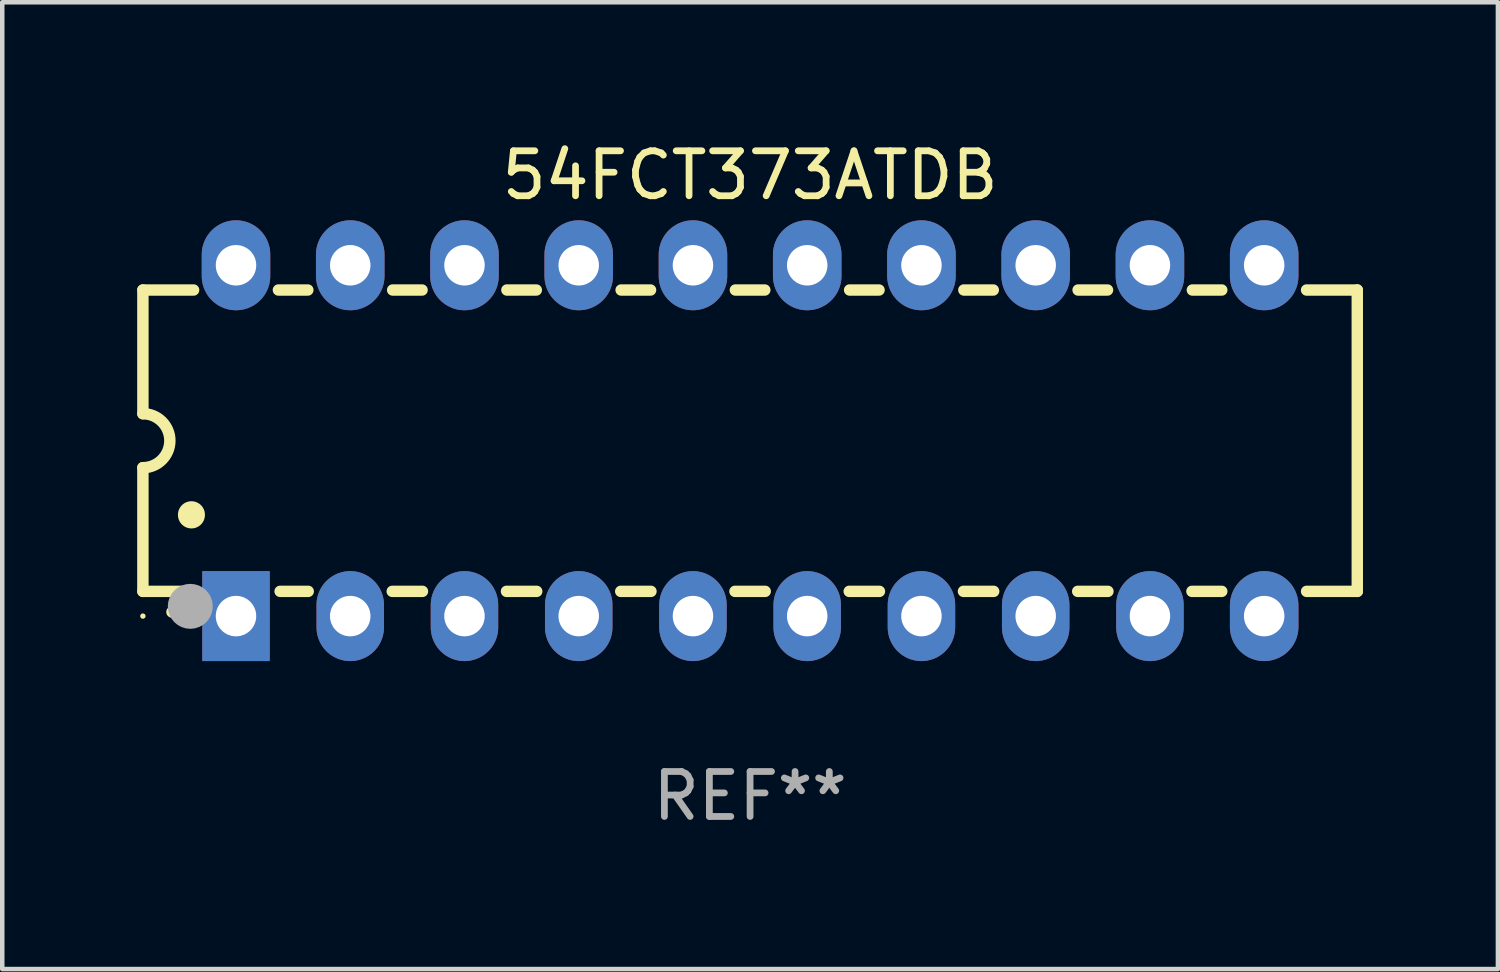
<source format=kicad_pcb>
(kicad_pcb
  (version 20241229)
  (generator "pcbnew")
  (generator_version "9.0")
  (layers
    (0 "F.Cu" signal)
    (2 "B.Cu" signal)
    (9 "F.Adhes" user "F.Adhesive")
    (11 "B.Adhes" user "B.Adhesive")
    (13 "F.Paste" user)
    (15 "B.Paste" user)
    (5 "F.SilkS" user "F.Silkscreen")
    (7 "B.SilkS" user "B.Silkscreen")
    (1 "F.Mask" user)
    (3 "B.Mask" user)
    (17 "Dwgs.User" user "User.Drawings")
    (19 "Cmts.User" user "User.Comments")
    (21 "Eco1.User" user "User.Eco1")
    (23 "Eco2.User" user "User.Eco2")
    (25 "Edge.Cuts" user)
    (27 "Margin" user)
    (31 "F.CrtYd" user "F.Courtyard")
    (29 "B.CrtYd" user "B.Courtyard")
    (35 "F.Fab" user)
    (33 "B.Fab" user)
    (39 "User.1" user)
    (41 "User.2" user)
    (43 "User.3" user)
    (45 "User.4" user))
  (footprint "54FCT373ATDB"
    (layer "F.Cu")
    (at 13.627 6.748)
    (property "Reference" "54FCT373ATDB" (at 0 -5.9 0) (layer "F.SilkS") (effects (font (size 1 1) (thickness 0.15))))
    (attr through_hole)
    (fp_line (start -13.5 -3.35) (end -12.373 -3.35) (stroke (width 0.254) (type solid)) (layer "F.SilkS"))
    (fp_line (start -13.5 -0.6) (end -13.5 -3.35) (stroke (width 0.254) (type solid)) (layer "F.SilkS"))
    (fp_line (start -13.5 3.35) (end -13.5 0.6) (stroke (width 0.254) (type solid)) (layer "F.SilkS"))
    (fp_line (start -13.5 3.35) (end -12.411 3.35) (stroke (width 0.254) (type solid)) (layer "F.SilkS"))
    (fp_line (start -10.487 -3.35) (end -9.833 -3.35) (stroke (width 0.254) (type solid)) (layer "F.SilkS"))
    (fp_line (start -10.449 3.35) (end -9.824 3.35) (stroke (width 0.254) (type solid)) (layer "F.SilkS"))
    (fp_line (start -7.956 3.35) (end -7.284 3.35) (stroke (width 0.254) (type solid)) (layer "F.SilkS"))
    (fp_line (start -7.947 -3.35) (end -7.293 -3.35) (stroke (width 0.254) (type solid)) (layer "F.SilkS"))
    (fp_line (start -5.416 3.35) (end -4.744 3.35) (stroke (width 0.254) (type solid)) (layer "F.SilkS"))
    (fp_line (start -5.407 -3.35) (end -4.753 -3.35) (stroke (width 0.254) (type solid)) (layer "F.SilkS"))
    (fp_line (start -2.876 3.35) (end -2.204 3.35) (stroke (width 0.254) (type solid)) (layer "F.SilkS"))
    (fp_line (start -2.867 -3.35) (end -2.213 -3.35) (stroke (width 0.254) (type solid)) (layer "F.SilkS"))
    (fp_line (start -0.336 3.35) (end 0.336 3.35) (stroke (width 0.254) (type solid)) (layer "F.SilkS"))
    (fp_line (start -0.327 -3.35) (end 0.327 -3.35) (stroke (width 0.254) (type solid)) (layer "F.SilkS"))
    (fp_line (start 2.204 3.35) (end 2.876 3.35) (stroke (width 0.254) (type solid)) (layer "F.SilkS"))
    (fp_line (start 2.213 -3.35) (end 2.867 -3.35) (stroke (width 0.254) (type solid)) (layer "F.SilkS"))
    (fp_line (start 4.744 3.35) (end 5.416 3.35) (stroke (width 0.254) (type solid)) (layer "F.SilkS"))
    (fp_line (start 4.753 -3.35) (end 5.407 -3.35) (stroke (width 0.254) (type solid)) (layer "F.SilkS"))
    (fp_line (start 7.284 3.35) (end 7.956 3.35) (stroke (width 0.254) (type solid)) (layer "F.SilkS"))
    (fp_line (start 7.293 -3.35) (end 7.947 -3.35) (stroke (width 0.254) (type solid)) (layer "F.SilkS"))
    (fp_line (start 9.824 3.35) (end 10.487 3.35) (stroke (width 0.254) (type solid)) (layer "F.SilkS"))
    (fp_line (start 9.833 -3.35) (end 10.487 -3.35) (stroke (width 0.254) (type solid)) (layer "F.SilkS"))
    (fp_line (start 12.373 -3.35) (end 13.5 -3.35) (stroke (width 0.254) (type solid)) (layer "F.SilkS"))
    (fp_line (start 12.373 3.35) (end 13.5 3.35) (stroke (width 0.254) (type solid)) (layer "F.SilkS"))
    (fp_line (start 13.5 -3.35) (end 13.5 3.35) (stroke (width 0.254) (type solid)) (layer "F.SilkS"))
    (fp_arc (start -13.500127 -0.599442) (mid -12.900406 0.000228) (end -13.500025 0.6) (stroke (width 0.254001) (type solid)) (layer "F.SilkS"))
    (fp_arc (start -12.854966 3.810008) (mid -12.854973 3.808738) (end -12.854966 3.807468) (stroke (width 0.25) (type solid)) (layer "F.SilkS"))
    (fp_arc (start -12.420625 1.651003) (mid -12.420636 1.648463) (end -12.420625 1.645923) (stroke (width 0.6) (type solid)) (layer "F.SilkS"))
    (fp_circle (center -13.5 3.9) (end -13.47 3.9) (stroke (width 0.06) (type solid)) (fill no) (layer "F.SilkS"))
    (fp_circle (center -12.446 3.683) (end -12.196 3.683) (stroke (width 0.5) (type solid)) (fill no) (layer "F.Fab"))
    (fp_text user "REF**" (at 0 7.9 0) (layer "F.Fab") (effects (font (size 1 1) (thickness 0.15))))
    (pad "1" thru_hole rect (at -11.43 3.9 90) (size 2 1.5) (drill 0.9) (layers "*.Cu" "*.Mask"))
    (pad "2" thru_hole oval (at -8.89 3.9 90) (size 2 1.5) (drill 0.9) (layers "*.Cu" "*.Mask"))
    (pad "3" thru_hole oval (at -6.35 3.9 90) (size 2 1.5) (drill 0.9) (layers "*.Cu" "*.Mask"))
    (pad "4" thru_hole oval (at -3.81 3.9 90) (size 2 1.5) (drill 0.9) (layers "*.Cu" "*.Mask"))
    (pad "5" thru_hole oval (at -1.27 3.9 90) (size 2 1.5) (drill 0.9) (layers "*.Cu" "*.Mask"))
    (pad "6" thru_hole oval (at 1.27 3.9 90) (size 2 1.5) (drill 0.9) (layers "*.Cu" "*.Mask"))
    (pad "7" thru_hole oval (at 3.81 3.9 90) (size 2 1.5) (drill 0.9) (layers "*.Cu" "*.Mask"))
    (pad "8" thru_hole oval (at 6.35 3.9 90) (size 2 1.5) (drill 0.9) (layers "*.Cu" "*.Mask"))
    (pad "9" thru_hole oval (at 8.89 3.9 90) (size 2 1.5) (drill 0.9) (layers "*.Cu" "*.Mask"))
    (pad "10" thru_hole oval (at 11.43 3.9 90) (size 2 1.524) (drill 0.9) (layers "*.Cu" "*.Mask"))
    (pad "11" thru_hole oval (at 11.43 -3.9 90) (size 2 1.524) (drill 0.9) (layers "*.Cu" "*.Mask"))
    (pad "12" thru_hole oval (at 8.89 -3.9 90) (size 2 1.524) (drill 0.9) (layers "*.Cu" "*.Mask"))
    (pad "13" thru_hole oval (at 6.35 -3.9 90) (size 2 1.524) (drill 0.9) (layers "*.Cu" "*.Mask"))
    (pad "14" thru_hole oval (at 3.81 -3.9 90) (size 2 1.524) (drill 0.9) (layers "*.Cu" "*.Mask"))
    (pad "15" thru_hole oval (at 1.27 -3.9 90) (size 2 1.524) (drill 0.9) (layers "*.Cu" "*.Mask"))
    (pad "16" thru_hole oval (at -1.27 -3.9 90) (size 2 1.524) (drill 0.9) (layers "*.Cu" "*.Mask"))
    (pad "17" thru_hole oval (at -3.81 -3.9 90) (size 2 1.524) (drill 0.9) (layers "*.Cu" "*.Mask"))
    (pad "18" thru_hole oval (at -6.35 -3.9 90) (size 2 1.524) (drill 0.9) (layers "*.Cu" "*.Mask"))
    (pad "19" thru_hole oval (at -8.89 -3.9 90) (size 2 1.524) (drill 0.9) (layers "*.Cu" "*.Mask"))
    (pad "20" thru_hole oval (at -11.43 -3.9 90) (size 2 1.524) (drill 0.9) (layers "*.Cu" "*.Mask")))
  (gr_rect
    (start -3 -3)
    (end 30.254 18.496)
    (stroke (width 0.1) (type default))
    (fill no)
    (layer "Edge.Cuts")))
</source>
